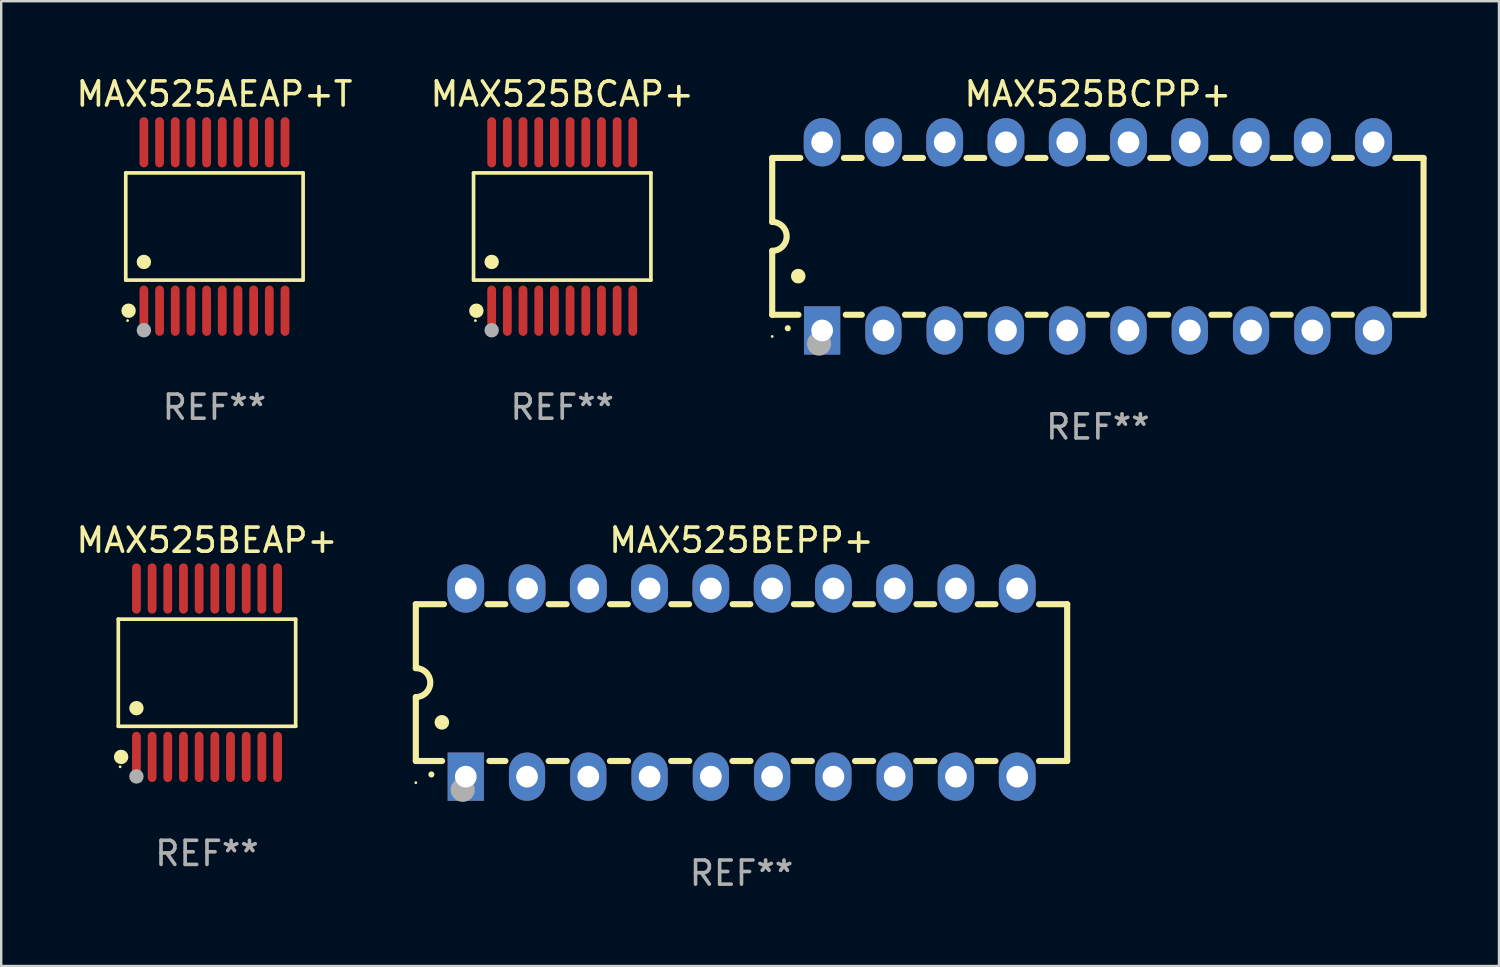
<source format=kicad_pcb>
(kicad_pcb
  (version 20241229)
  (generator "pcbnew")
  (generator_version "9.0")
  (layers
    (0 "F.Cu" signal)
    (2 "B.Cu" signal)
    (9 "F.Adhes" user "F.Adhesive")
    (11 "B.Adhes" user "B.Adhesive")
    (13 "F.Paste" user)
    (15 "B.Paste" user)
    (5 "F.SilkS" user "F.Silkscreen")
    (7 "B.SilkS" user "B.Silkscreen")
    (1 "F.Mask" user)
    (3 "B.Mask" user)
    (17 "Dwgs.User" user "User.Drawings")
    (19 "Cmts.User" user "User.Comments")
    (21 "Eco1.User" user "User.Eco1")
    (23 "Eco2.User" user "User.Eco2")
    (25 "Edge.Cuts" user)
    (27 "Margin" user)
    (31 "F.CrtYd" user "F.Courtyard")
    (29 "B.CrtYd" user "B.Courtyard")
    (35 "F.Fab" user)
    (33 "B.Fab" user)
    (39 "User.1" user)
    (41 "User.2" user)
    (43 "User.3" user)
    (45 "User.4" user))
  (footprint "MAX525BEPP+"
    (layer "F.Cu")
    (at 27.687 25.245)
    (property "Reference" "MAX525BEPP+" (at 0 -5.9 0) (layer "F.SilkS") (effects (font (size 1 1) (thickness 0.15))))
    (attr through_hole)
    (fp_line (start -13.5 -3.25) (end -12.333 -3.25) (stroke (width 0.254) (type solid)) (layer "F.SilkS"))
    (fp_line (start -13.5 -0.6) (end -13.5 -3.25) (stroke (width 0.254) (type solid)) (layer "F.SilkS"))
    (fp_line (start -13.5 3.25) (end -13.5 0.6) (stroke (width 0.254) (type solid)) (layer "F.SilkS"))
    (fp_line (start -13.5 3.25) (end -12.411 3.25) (stroke (width 0.254) (type solid)) (layer "F.SilkS"))
    (fp_line (start -10.527 -3.25) (end -9.793 -3.25) (stroke (width 0.254) (type solid)) (layer "F.SilkS"))
    (fp_line (start -10.449 3.25) (end -9.786 3.25) (stroke (width 0.254) (type solid)) (layer "F.SilkS"))
    (fp_line (start -7.994 3.25) (end -7.246 3.25) (stroke (width 0.254) (type solid)) (layer "F.SilkS"))
    (fp_line (start -7.987 -3.25) (end -7.253 -3.25) (stroke (width 0.254) (type solid)) (layer "F.SilkS"))
    (fp_line (start -5.454 3.25) (end -4.706 3.25) (stroke (width 0.254) (type solid)) (layer "F.SilkS"))
    (fp_line (start -5.447 -3.25) (end -4.713 -3.25) (stroke (width 0.254) (type solid)) (layer "F.SilkS"))
    (fp_line (start -2.914 3.25) (end -2.166 3.25) (stroke (width 0.254) (type solid)) (layer "F.SilkS"))
    (fp_line (start -2.907 -3.25) (end -2.173 -3.25) (stroke (width 0.254) (type solid)) (layer "F.SilkS"))
    (fp_line (start -0.374 3.25) (end 0.374 3.25) (stroke (width 0.254) (type solid)) (layer "F.SilkS"))
    (fp_line (start -0.367 -3.25) (end 0.367 -3.25) (stroke (width 0.254) (type solid)) (layer "F.SilkS"))
    (fp_line (start 2.166 3.25) (end 2.914 3.25) (stroke (width 0.254) (type solid)) (layer "F.SilkS"))
    (fp_line (start 2.173 -3.25) (end 2.907 -3.25) (stroke (width 0.254) (type solid)) (layer "F.SilkS"))
    (fp_line (start 4.706 3.25) (end 5.454 3.25) (stroke (width 0.254) (type solid)) (layer "F.SilkS"))
    (fp_line (start 4.713 -3.25) (end 5.447 -3.25) (stroke (width 0.254) (type solid)) (layer "F.SilkS"))
    (fp_line (start 7.246 3.25) (end 7.994 3.25) (stroke (width 0.254) (type solid)) (layer "F.SilkS"))
    (fp_line (start 7.253 -3.25) (end 7.987 -3.25) (stroke (width 0.254) (type solid)) (layer "F.SilkS"))
    (fp_line (start 9.786 3.25) (end 10.527 3.25) (stroke (width 0.254) (type solid)) (layer "F.SilkS"))
    (fp_line (start 9.793 -3.25) (end 10.527 -3.25) (stroke (width 0.254) (type solid)) (layer "F.SilkS"))
    (fp_line (start 12.333 -3.25) (end 13.5 -3.25) (stroke (width 0.254) (type solid)) (layer "F.SilkS"))
    (fp_line (start 12.333 3.25) (end 13.5 3.25) (stroke (width 0.254) (type solid)) (layer "F.SilkS"))
    (fp_line (start 13.5 -3.25) (end 13.5 3.25) (stroke (width 0.254) (type solid)) (layer "F.SilkS"))
    (fp_arc (start -13.500127 -0.599442) (mid -12.900406 0.000228) (end -13.500025 0.6) (stroke (width 0.254001) (type solid)) (layer "F.SilkS"))
    (fp_arc (start -12.854966 3.810008) (mid -12.854973 3.808738) (end -12.854966 3.807468) (stroke (width 0.25) (type solid)) (layer "F.SilkS"))
    (fp_arc (start -12.420625 1.651003) (mid -12.420636 1.648463) (end -12.420625 1.645923) (stroke (width 0.6) (type solid)) (layer "F.SilkS"))
    (fp_circle (center -13.5 4.15) (end -13.47 4.15) (stroke (width 0.06) (type solid)) (fill no) (layer "F.SilkS"))
    (fp_circle (center -11.557 4.445) (end -11.307 4.445) (stroke (width 0.5) (type solid)) (fill no) (layer "F.Fab"))
    (fp_text user "REF**" (at 0 7.9 0) (layer "F.Fab") (effects (font (size 1 1) (thickness 0.15))))
    (pad "1" thru_hole rect (at -11.43 3.9 90) (size 2 1.5) (drill 0.9) (layers "*.Cu" "*.Mask"))
    (pad "2" thru_hole oval (at -8.89 3.9 90) (size 2 1.5) (drill 0.9) (layers "*.Cu" "*.Mask"))
    (pad "3" thru_hole oval (at -6.35 3.9 90) (size 2 1.5) (drill 0.9) (layers "*.Cu" "*.Mask"))
    (pad "4" thru_hole oval (at -3.81 3.9 90) (size 2 1.5) (drill 0.9) (layers "*.Cu" "*.Mask"))
    (pad "5" thru_hole oval (at -1.27 3.9 90) (size 2 1.5) (drill 0.9) (layers "*.Cu" "*.Mask"))
    (pad "6" thru_hole oval (at 1.27 3.9 90) (size 2 1.5) (drill 0.9) (layers "*.Cu" "*.Mask"))
    (pad "7" thru_hole oval (at 3.81 3.9 90) (size 2 1.5) (drill 0.9) (layers "*.Cu" "*.Mask"))
    (pad "8" thru_hole oval (at 6.35 3.9 90) (size 2 1.5) (drill 0.9) (layers "*.Cu" "*.Mask"))
    (pad "9" thru_hole oval (at 8.89 3.9 90) (size 2 1.5) (drill 0.9) (layers "*.Cu" "*.Mask"))
    (pad "10" thru_hole oval (at 11.43 3.9 90) (size 2 1.524) (drill 0.9) (layers "*.Cu" "*.Mask"))
    (pad "11" thru_hole oval (at 11.43 -3.9 90) (size 2 1.524) (drill 0.9) (layers "*.Cu" "*.Mask"))
    (pad "12" thru_hole oval (at 8.89 -3.9 90) (size 2 1.524) (drill 0.9) (layers "*.Cu" "*.Mask"))
    (pad "13" thru_hole oval (at 6.35 -3.9 90) (size 2 1.524) (drill 0.9) (layers "*.Cu" "*.Mask"))
    (pad "14" thru_hole oval (at 3.81 -3.9 90) (size 2 1.524) (drill 0.9) (layers "*.Cu" "*.Mask"))
    (pad "15" thru_hole oval (at 1.27 -3.9 90) (size 2 1.524) (drill 0.9) (layers "*.Cu" "*.Mask"))
    (pad "16" thru_hole oval (at -1.27 -3.9 90) (size 2 1.524) (drill 0.9) (layers "*.Cu" "*.Mask"))
    (pad "17" thru_hole oval (at -3.81 -3.9 90) (size 2 1.524) (drill 0.9) (layers "*.Cu" "*.Mask"))
    (pad "18" thru_hole oval (at -6.35 -3.9 90) (size 2 1.524) (drill 0.9) (layers "*.Cu" "*.Mask"))
    (pad "19" thru_hole oval (at -8.89 -3.9 90) (size 2 1.524) (drill 0.9) (layers "*.Cu" "*.Mask"))
    (pad "20" thru_hole oval (at -11.43 -3.9 90) (size 2 1.524) (drill 0.9) (layers "*.Cu" "*.Mask")))
  (footprint "MAX525AEAP+T"
    (layer "F.Cu")
    (at 5.839 6.339)
    (property "Reference" "MAX525AEAP+T" (at 0 -5.491 0) (layer "F.SilkS") (effects (font (size 1 1) (thickness 0.15))))
    (attr through_hole)
    (fp_line (start -3.676 -2.221) (end 3.676 -2.221) (stroke (width 0.152) (type solid)) (layer "F.SilkS"))
    (fp_line (start -3.676 2.221) (end -3.676 -2.221) (stroke (width 0.152) (type solid)) (layer "F.SilkS"))
    (fp_line (start 3.676 -2.221) (end 3.676 2.221) (stroke (width 0.152) (type solid)) (layer "F.SilkS"))
    (fp_line (start 3.676 2.221) (end -3.676 2.221) (stroke (width 0.152) (type solid)) (layer "F.SilkS"))
    (fp_circle (center -3.6 3.9) (end -3.57 3.9) (stroke (width 0.06) (type solid)) (fill no) (layer "F.SilkS"))
    (fp_circle (center -3.559 3.491) (end -3.409 3.491) (stroke (width 0.3) (type solid)) (fill no) (layer "F.SilkS"))
    (fp_circle (center -2.925 1.469) (end -2.775 1.469) (stroke (width 0.3) (type solid)) (fill no) (layer "F.SilkS"))
    (fp_circle (center -2.925 4.3) (end -2.775 4.3) (stroke (width 0.3) (type solid)) (fill no) (layer "F.Fab"))
    (fp_text user "REF**" (at 0 7.491 0) (layer "F.Fab") (effects (font (size 1 1) (thickness 0.15))))
    (pad "1" smd oval (at -2.925 3.491) (size 0.364 2.082) (layers "F.Cu" "F.Mask" "F.Paste"))
    (pad "2" smd oval (at -2.275 3.491) (size 0.364 2.082) (layers "F.Cu" "F.Mask" "F.Paste"))
    (pad "3" smd oval (at -1.625 3.491) (size 0.364 2.082) (layers "F.Cu" "F.Mask" "F.Paste"))
    (pad "4" smd oval (at -0.975 3.491) (size 0.364 2.082) (layers "F.Cu" "F.Mask" "F.Paste"))
    (pad "5" smd oval (at -0.325 3.491) (size 0.364 2.082) (layers "F.Cu" "F.Mask" "F.Paste"))
    (pad "6" smd oval (at 0.325 3.491) (size 0.364 2.082) (layers "F.Cu" "F.Mask" "F.Paste"))
    (pad "7" smd oval (at 0.975 3.491) (size 0.364 2.082) (layers "F.Cu" "F.Mask" "F.Paste"))
    (pad "8" smd oval (at 1.625 3.491) (size 0.364 2.082) (layers "F.Cu" "F.Mask" "F.Paste"))
    (pad "9" smd oval (at 2.275 3.491) (size 0.364 2.082) (layers "F.Cu" "F.Mask" "F.Paste"))
    (pad "10" smd oval (at 2.925 3.491) (size 0.364 2.082) (layers "F.Cu" "F.Mask" "F.Paste"))
    (pad "11" smd oval (at 2.925 -3.491) (size 0.364 2.082) (layers "F.Cu" "F.Mask" "F.Paste"))
    (pad "12" smd oval (at 2.275 -3.491) (size 0.364 2.082) (layers "F.Cu" "F.Mask" "F.Paste"))
    (pad "13" smd oval (at 1.625 -3.491) (size 0.364 2.082) (layers "F.Cu" "F.Mask" "F.Paste"))
    (pad "14" smd oval (at 0.975 -3.491) (size 0.364 2.082) (layers "F.Cu" "F.Mask" "F.Paste"))
    (pad "15" smd oval (at 0.325 -3.491) (size 0.364 2.082) (layers "F.Cu" "F.Mask" "F.Paste"))
    (pad "16" smd oval (at -0.325 -3.491) (size 0.364 2.082) (layers "F.Cu" "F.Mask" "F.Paste"))
    (pad "17" smd oval (at -0.975 -3.491) (size 0.364 2.082) (layers "F.Cu" "F.Mask" "F.Paste"))
    (pad "18" smd oval (at -1.625 -3.491) (size 0.364 2.082) (layers "F.Cu" "F.Mask" "F.Paste"))
    (pad "19" smd oval (at -2.275 -3.491) (size 0.364 2.082) (layers "F.Cu" "F.Mask" "F.Paste"))
    (pad "20" smd oval (at -2.925 -3.491) (size 0.364 2.082) (layers "F.Cu" "F.Mask" "F.Paste")))
  (footprint "MAX525BEAP+"
    (layer "F.Cu")
    (at 5.53 24.836)
    (property "Reference" "MAX525BEAP+" (at 0 -5.491 0) (layer "F.SilkS") (effects (font (size 1 1) (thickness 0.15))))
    (attr through_hole)
    (fp_line (start -3.676 -2.221) (end 3.676 -2.221) (stroke (width 0.152) (type solid)) (layer "F.SilkS"))
    (fp_line (start -3.676 2.221) (end -3.676 -2.221) (stroke (width 0.152) (type solid)) (layer "F.SilkS"))
    (fp_line (start 3.676 -2.221) (end 3.676 2.221) (stroke (width 0.152) (type solid)) (layer "F.SilkS"))
    (fp_line (start 3.676 2.221) (end -3.676 2.221) (stroke (width 0.152) (type solid)) (layer "F.SilkS"))
    (fp_circle (center -3.6 3.9) (end -3.57 3.9) (stroke (width 0.06) (type solid)) (fill no) (layer "F.SilkS"))
    (fp_circle (center -3.559 3.491) (end -3.409 3.491) (stroke (width 0.3) (type solid)) (fill no) (layer "F.SilkS"))
    (fp_circle (center -2.925 1.469) (end -2.775 1.469) (stroke (width 0.3) (type solid)) (fill no) (layer "F.SilkS"))
    (fp_circle (center -2.925 4.3) (end -2.775 4.3) (stroke (width 0.3) (type solid)) (fill no) (layer "F.Fab"))
    (fp_text user "REF**" (at 0 7.491 0) (layer "F.Fab") (effects (font (size 1 1) (thickness 0.15))))
    (pad "1" smd oval (at -2.925 3.491) (size 0.364 2.082) (layers "F.Cu" "F.Mask" "F.Paste"))
    (pad "2" smd oval (at -2.275 3.491) (size 0.364 2.082) (layers "F.Cu" "F.Mask" "F.Paste"))
    (pad "3" smd oval (at -1.625 3.491) (size 0.364 2.082) (layers "F.Cu" "F.Mask" "F.Paste"))
    (pad "4" smd oval (at -0.975 3.491) (size 0.364 2.082) (layers "F.Cu" "F.Mask" "F.Paste"))
    (pad "5" smd oval (at -0.325 3.491) (size 0.364 2.082) (layers "F.Cu" "F.Mask" "F.Paste"))
    (pad "6" smd oval (at 0.325 3.491) (size 0.364 2.082) (layers "F.Cu" "F.Mask" "F.Paste"))
    (pad "7" smd oval (at 0.975 3.491) (size 0.364 2.082) (layers "F.Cu" "F.Mask" "F.Paste"))
    (pad "8" smd oval (at 1.625 3.491) (size 0.364 2.082) (layers "F.Cu" "F.Mask" "F.Paste"))
    (pad "9" smd oval (at 2.275 3.491) (size 0.364 2.082) (layers "F.Cu" "F.Mask" "F.Paste"))
    (pad "10" smd oval (at 2.925 3.491) (size 0.364 2.082) (layers "F.Cu" "F.Mask" "F.Paste"))
    (pad "11" smd oval (at 2.925 -3.491) (size 0.364 2.082) (layers "F.Cu" "F.Mask" "F.Paste"))
    (pad "12" smd oval (at 2.275 -3.491) (size 0.364 2.082) (layers "F.Cu" "F.Mask" "F.Paste"))
    (pad "13" smd oval (at 1.625 -3.491) (size 0.364 2.082) (layers "F.Cu" "F.Mask" "F.Paste"))
    (pad "14" smd oval (at 0.975 -3.491) (size 0.364 2.082) (layers "F.Cu" "F.Mask" "F.Paste"))
    (pad "15" smd oval (at 0.325 -3.491) (size 0.364 2.082) (layers "F.Cu" "F.Mask" "F.Paste"))
    (pad "16" smd oval (at -0.325 -3.491) (size 0.364 2.082) (layers "F.Cu" "F.Mask" "F.Paste"))
    (pad "17" smd oval (at -0.975 -3.491) (size 0.364 2.082) (layers "F.Cu" "F.Mask" "F.Paste"))
    (pad "18" smd oval (at -1.625 -3.491) (size 0.364 2.082) (layers "F.Cu" "F.Mask" "F.Paste"))
    (pad "19" smd oval (at -2.275 -3.491) (size 0.364 2.082) (layers "F.Cu" "F.Mask" "F.Paste"))
    (pad "20" smd oval (at -2.925 -3.491) (size 0.364 2.082) (layers "F.Cu" "F.Mask" "F.Paste")))
  (footprint "MAX525BCAP+"
    (layer "F.Cu")
    (at 20.256 6.339)
    (property "Reference" "MAX525BCAP+" (at 0 -5.491 0) (layer "F.SilkS") (effects (font (size 1 1) (thickness 0.15))))
    (attr through_hole)
    (fp_line (start -3.676 -2.221) (end 3.676 -2.221) (stroke (width 0.152) (type solid)) (layer "F.SilkS"))
    (fp_line (start -3.676 2.221) (end -3.676 -2.221) (stroke (width 0.152) (type solid)) (layer "F.SilkS"))
    (fp_line (start 3.676 -2.221) (end 3.676 2.221) (stroke (width 0.152) (type solid)) (layer "F.SilkS"))
    (fp_line (start 3.676 2.221) (end -3.676 2.221) (stroke (width 0.152) (type solid)) (layer "F.SilkS"))
    (fp_circle (center -3.6 3.9) (end -3.57 3.9) (stroke (width 0.06) (type solid)) (fill no) (layer "F.SilkS"))
    (fp_circle (center -3.559 3.491) (end -3.409 3.491) (stroke (width 0.3) (type solid)) (fill no) (layer "F.SilkS"))
    (fp_circle (center -2.925 1.469) (end -2.775 1.469) (stroke (width 0.3) (type solid)) (fill no) (layer "F.SilkS"))
    (fp_circle (center -2.925 4.3) (end -2.775 4.3) (stroke (width 0.3) (type solid)) (fill no) (layer "F.Fab"))
    (fp_text user "REF**" (at 0 7.491 0) (layer "F.Fab") (effects (font (size 1 1) (thickness 0.15))))
    (pad "1" smd oval (at -2.925 3.491) (size 0.364 2.082) (layers "F.Cu" "F.Mask" "F.Paste"))
    (pad "2" smd oval (at -2.275 3.491) (size 0.364 2.082) (layers "F.Cu" "F.Mask" "F.Paste"))
    (pad "3" smd oval (at -1.625 3.491) (size 0.364 2.082) (layers "F.Cu" "F.Mask" "F.Paste"))
    (pad "4" smd oval (at -0.975 3.491) (size 0.364 2.082) (layers "F.Cu" "F.Mask" "F.Paste"))
    (pad "5" smd oval (at -0.325 3.491) (size 0.364 2.082) (layers "F.Cu" "F.Mask" "F.Paste"))
    (pad "6" smd oval (at 0.325 3.491) (size 0.364 2.082) (layers "F.Cu" "F.Mask" "F.Paste"))
    (pad "7" smd oval (at 0.975 3.491) (size 0.364 2.082) (layers "F.Cu" "F.Mask" "F.Paste"))
    (pad "8" smd oval (at 1.625 3.491) (size 0.364 2.082) (layers "F.Cu" "F.Mask" "F.Paste"))
    (pad "9" smd oval (at 2.275 3.491) (size 0.364 2.082) (layers "F.Cu" "F.Mask" "F.Paste"))
    (pad "10" smd oval (at 2.925 3.491) (size 0.364 2.082) (layers "F.Cu" "F.Mask" "F.Paste"))
    (pad "11" smd oval (at 2.925 -3.491) (size 0.364 2.082) (layers "F.Cu" "F.Mask" "F.Paste"))
    (pad "12" smd oval (at 2.275 -3.491) (size 0.364 2.082) (layers "F.Cu" "F.Mask" "F.Paste"))
    (pad "13" smd oval (at 1.625 -3.491) (size 0.364 2.082) (layers "F.Cu" "F.Mask" "F.Paste"))
    (pad "14" smd oval (at 0.975 -3.491) (size 0.364 2.082) (layers "F.Cu" "F.Mask" "F.Paste"))
    (pad "15" smd oval (at 0.325 -3.491) (size 0.364 2.082) (layers "F.Cu" "F.Mask" "F.Paste"))
    (pad "16" smd oval (at -0.325 -3.491) (size 0.364 2.082) (layers "F.Cu" "F.Mask" "F.Paste"))
    (pad "17" smd oval (at -0.975 -3.491) (size 0.364 2.082) (layers "F.Cu" "F.Mask" "F.Paste"))
    (pad "18" smd oval (at -1.625 -3.491) (size 0.364 2.082) (layers "F.Cu" "F.Mask" "F.Paste"))
    (pad "19" smd oval (at -2.275 -3.491) (size 0.364 2.082) (layers "F.Cu" "F.Mask" "F.Paste"))
    (pad "20" smd oval (at -2.925 -3.491) (size 0.364 2.082) (layers "F.Cu" "F.Mask" "F.Paste")))
  (footprint "MAX525BCPP+"
    (layer "F.Cu")
    (at 42.46 6.748)
    (property "Reference" "MAX525BCPP+" (at 0 -5.9 0) (layer "F.SilkS") (effects (font (size 1 1) (thickness 0.15))))
    (attr through_hole)
    (fp_line (start -13.5 -3.25) (end -12.333 -3.25) (stroke (width 0.254) (type solid)) (layer "F.SilkS"))
    (fp_line (start -13.5 -0.6) (end -13.5 -3.25) (stroke (width 0.254) (type solid)) (layer "F.SilkS"))
    (fp_line (start -13.5 3.25) (end -13.5 0.6) (stroke (width 0.254) (type solid)) (layer "F.SilkS"))
    (fp_line (start -13.5 3.25) (end -12.411 3.25) (stroke (width 0.254) (type solid)) (layer "F.SilkS"))
    (fp_line (start -10.527 -3.25) (end -9.793 -3.25) (stroke (width 0.254) (type solid)) (layer "F.SilkS"))
    (fp_line (start -10.449 3.25) (end -9.786 3.25) (stroke (width 0.254) (type solid)) (layer "F.SilkS"))
    (fp_line (start -7.994 3.25) (end -7.246 3.25) (stroke (width 0.254) (type solid)) (layer "F.SilkS"))
    (fp_line (start -7.987 -3.25) (end -7.253 -3.25) (stroke (width 0.254) (type solid)) (layer "F.SilkS"))
    (fp_line (start -5.454 3.25) (end -4.706 3.25) (stroke (width 0.254) (type solid)) (layer "F.SilkS"))
    (fp_line (start -5.447 -3.25) (end -4.713 -3.25) (stroke (width 0.254) (type solid)) (layer "F.SilkS"))
    (fp_line (start -2.914 3.25) (end -2.166 3.25) (stroke (width 0.254) (type solid)) (layer "F.SilkS"))
    (fp_line (start -2.907 -3.25) (end -2.173 -3.25) (stroke (width 0.254) (type solid)) (layer "F.SilkS"))
    (fp_line (start -0.374 3.25) (end 0.374 3.25) (stroke (width 0.254) (type solid)) (layer "F.SilkS"))
    (fp_line (start -0.367 -3.25) (end 0.367 -3.25) (stroke (width 0.254) (type solid)) (layer "F.SilkS"))
    (fp_line (start 2.166 3.25) (end 2.914 3.25) (stroke (width 0.254) (type solid)) (layer "F.SilkS"))
    (fp_line (start 2.173 -3.25) (end 2.907 -3.25) (stroke (width 0.254) (type solid)) (layer "F.SilkS"))
    (fp_line (start 4.706 3.25) (end 5.454 3.25) (stroke (width 0.254) (type solid)) (layer "F.SilkS"))
    (fp_line (start 4.713 -3.25) (end 5.447 -3.25) (stroke (width 0.254) (type solid)) (layer "F.SilkS"))
    (fp_line (start 7.246 3.25) (end 7.994 3.25) (stroke (width 0.254) (type solid)) (layer "F.SilkS"))
    (fp_line (start 7.253 -3.25) (end 7.987 -3.25) (stroke (width 0.254) (type solid)) (layer "F.SilkS"))
    (fp_line (start 9.786 3.25) (end 10.527 3.25) (stroke (width 0.254) (type solid)) (layer "F.SilkS"))
    (fp_line (start 9.793 -3.25) (end 10.527 -3.25) (stroke (width 0.254) (type solid)) (layer "F.SilkS"))
    (fp_line (start 12.333 -3.25) (end 13.5 -3.25) (stroke (width 0.254) (type solid)) (layer "F.SilkS"))
    (fp_line (start 12.333 3.25) (end 13.5 3.25) (stroke (width 0.254) (type solid)) (layer "F.SilkS"))
    (fp_line (start 13.5 -3.25) (end 13.5 3.25) (stroke (width 0.254) (type solid)) (layer "F.SilkS"))
    (fp_arc (start -13.500127 -0.599442) (mid -12.900406 0.000228) (end -13.500025 0.6) (stroke (width 0.254001) (type solid)) (layer "F.SilkS"))
    (fp_arc (start -12.854966 3.810008) (mid -12.854973 3.808738) (end -12.854966 3.807468) (stroke (width 0.25) (type solid)) (layer "F.SilkS"))
    (fp_arc (start -12.420625 1.651003) (mid -12.420636 1.648463) (end -12.420625 1.645923) (stroke (width 0.6) (type solid)) (layer "F.SilkS"))
    (fp_circle (center -13.5 4.15) (end -13.47 4.15) (stroke (width 0.06) (type solid)) (fill no) (layer "F.SilkS"))
    (fp_circle (center -11.557 4.445) (end -11.307 4.445) (stroke (width 0.5) (type solid)) (fill no) (layer "F.Fab"))
    (fp_text user "REF**" (at 0 7.9 0) (layer "F.Fab") (effects (font (size 1 1) (thickness 0.15))))
    (pad "1" thru_hole rect (at -11.43 3.9 90) (size 2 1.5) (drill 0.9) (layers "*.Cu" "*.Mask"))
    (pad "2" thru_hole oval (at -8.89 3.9 90) (size 2 1.5) (drill 0.9) (layers "*.Cu" "*.Mask"))
    (pad "3" thru_hole oval (at -6.35 3.9 90) (size 2 1.5) (drill 0.9) (layers "*.Cu" "*.Mask"))
    (pad "4" thru_hole oval (at -3.81 3.9 90) (size 2 1.5) (drill 0.9) (layers "*.Cu" "*.Mask"))
    (pad "5" thru_hole oval (at -1.27 3.9 90) (size 2 1.5) (drill 0.9) (layers "*.Cu" "*.Mask"))
    (pad "6" thru_hole oval (at 1.27 3.9 90) (size 2 1.5) (drill 0.9) (layers "*.Cu" "*.Mask"))
    (pad "7" thru_hole oval (at 3.81 3.9 90) (size 2 1.5) (drill 0.9) (layers "*.Cu" "*.Mask"))
    (pad "8" thru_hole oval (at 6.35 3.9 90) (size 2 1.5) (drill 0.9) (layers "*.Cu" "*.Mask"))
    (pad "9" thru_hole oval (at 8.89 3.9 90) (size 2 1.5) (drill 0.9) (layers "*.Cu" "*.Mask"))
    (pad "10" thru_hole oval (at 11.43 3.9 90) (size 2 1.524) (drill 0.9) (layers "*.Cu" "*.Mask"))
    (pad "11" thru_hole oval (at 11.43 -3.9 90) (size 2 1.524) (drill 0.9) (layers "*.Cu" "*.Mask"))
    (pad "12" thru_hole oval (at 8.89 -3.9 90) (size 2 1.524) (drill 0.9) (layers "*.Cu" "*.Mask"))
    (pad "13" thru_hole oval (at 6.35 -3.9 90) (size 2 1.524) (drill 0.9) (layers "*.Cu" "*.Mask"))
    (pad "14" thru_hole oval (at 3.81 -3.9 90) (size 2 1.524) (drill 0.9) (layers "*.Cu" "*.Mask"))
    (pad "15" thru_hole oval (at 1.27 -3.9 90) (size 2 1.524) (drill 0.9) (layers "*.Cu" "*.Mask"))
    (pad "16" thru_hole oval (at -1.27 -3.9 90) (size 2 1.524) (drill 0.9) (layers "*.Cu" "*.Mask"))
    (pad "17" thru_hole oval (at -3.81 -3.9 90) (size 2 1.524) (drill 0.9) (layers "*.Cu" "*.Mask"))
    (pad "18" thru_hole oval (at -6.35 -3.9 90) (size 2 1.524) (drill 0.9) (layers "*.Cu" "*.Mask"))
    (pad "19" thru_hole oval (at -8.89 -3.9 90) (size 2 1.524) (drill 0.9) (layers "*.Cu" "*.Mask"))
    (pad "20" thru_hole oval (at -11.43 -3.9 90) (size 2 1.524) (drill 0.9) (layers "*.Cu" "*.Mask")))
  (gr_rect
    (start -3 -3)
    (end 59.087 36.993)
    (stroke (width 0.1) (type default))
    (fill no)
    (layer "Edge.Cuts")))
</source>
